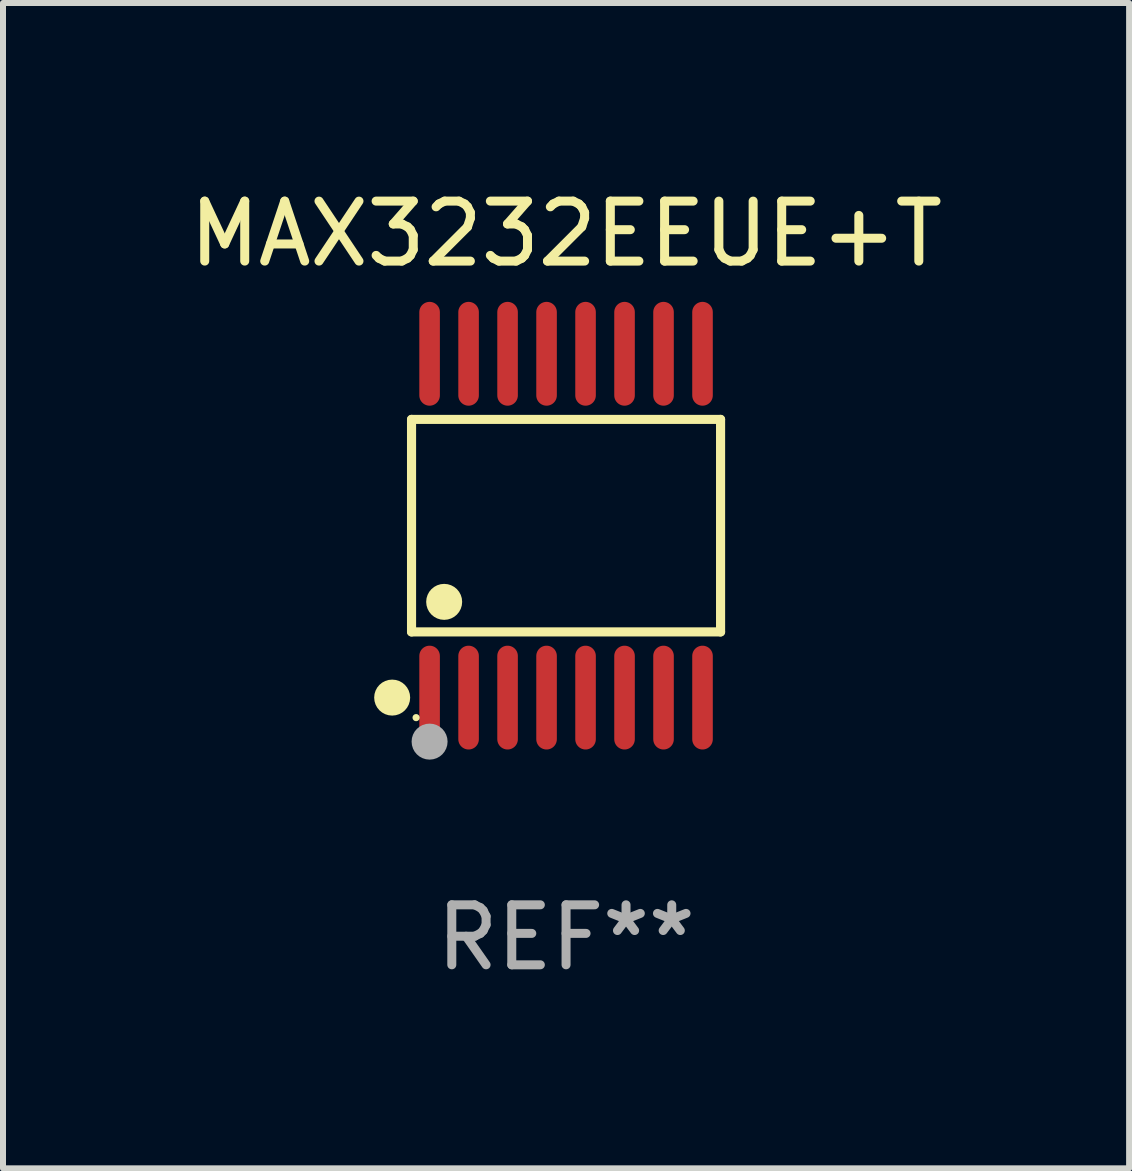
<source format=kicad_pcb>
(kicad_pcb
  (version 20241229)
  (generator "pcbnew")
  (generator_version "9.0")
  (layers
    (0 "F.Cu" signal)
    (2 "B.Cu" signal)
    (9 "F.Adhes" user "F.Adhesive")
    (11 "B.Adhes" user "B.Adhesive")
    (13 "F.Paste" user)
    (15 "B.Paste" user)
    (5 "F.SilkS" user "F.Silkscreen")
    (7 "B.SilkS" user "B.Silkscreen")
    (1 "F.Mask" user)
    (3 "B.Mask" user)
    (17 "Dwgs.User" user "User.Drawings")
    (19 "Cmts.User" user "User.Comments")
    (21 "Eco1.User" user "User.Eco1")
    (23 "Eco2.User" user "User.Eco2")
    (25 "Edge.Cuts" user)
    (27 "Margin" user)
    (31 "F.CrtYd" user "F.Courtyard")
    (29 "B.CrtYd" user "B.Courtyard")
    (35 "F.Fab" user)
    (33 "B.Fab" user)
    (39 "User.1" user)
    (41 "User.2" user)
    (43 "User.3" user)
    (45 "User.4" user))
  (footprint "MAX3232EEUE+T"
    (layer "F.Cu")
    (at 6.387 5.714)
    (property "Reference" "MAX3232EEUE+T" (at 0 -4.866 0) (layer "F.SilkS") (effects (font (size 1 1) (thickness 0.15))))
    (attr through_hole)
    (fp_line (start -2.576 -1.772) (end 2.576 -1.772) (stroke (width 0.152) (type solid)) (layer "F.SilkS"))
    (fp_line (start -2.576 1.771) (end -2.576 -1.772) (stroke (width 0.152) (type solid)) (layer "F.SilkS"))
    (fp_line (start 2.576 -1.772) (end 2.576 1.771) (stroke (width 0.152) (type solid)) (layer "F.SilkS"))
    (fp_line (start 2.576 1.771) (end -2.576 1.771) (stroke (width 0.152) (type solid)) (layer "F.SilkS"))
    (fp_circle (center -2.899 2.866) (end -2.749 2.866) (stroke (width 0.3) (type solid)) (fill no) (layer "F.SilkS"))
    (fp_circle (center -2.5 3.2) (end -2.47 3.2) (stroke (width 0.06) (type solid)) (fill no) (layer "F.SilkS"))
    (fp_circle (center -2.032 1.27) (end -1.882 1.27) (stroke (width 0.3) (type solid)) (fill no) (layer "F.SilkS"))
    (fp_circle (center -2.275 3.6) (end -2.125 3.6) (stroke (width 0.3) (type solid)) (fill no) (layer "F.Fab"))
    (fp_text user "REF**" (at 0 6.866 0) (layer "F.Fab") (effects (font (size 1 1) (thickness 0.15))))
    (pad "1" smd oval (at -2.275 2.866) (size 0.343 1.731) (layers "F.Cu" "F.Mask" "F.Paste"))
    (pad "2" smd oval (at -1.625 2.866) (size 0.343 1.731) (layers "F.Cu" "F.Mask" "F.Paste"))
    (pad "3" smd oval (at -0.975 2.866) (size 0.343 1.731) (layers "F.Cu" "F.Mask" "F.Paste"))
    (pad "4" smd oval (at -0.325 2.866) (size 0.343 1.731) (layers "F.Cu" "F.Mask" "F.Paste"))
    (pad "5" smd oval (at 0.325 2.866) (size 0.343 1.731) (layers "F.Cu" "F.Mask" "F.Paste"))
    (pad "6" smd oval (at 0.975 2.866) (size 0.343 1.731) (layers "F.Cu" "F.Mask" "F.Paste"))
    (pad "7" smd oval (at 1.625 2.866) (size 0.343 1.731) (layers "F.Cu" "F.Mask" "F.Paste"))
    (pad "8" smd oval (at 2.275 2.866) (size 0.343 1.731) (layers "F.Cu" "F.Mask" "F.Paste"))
    (pad "9" smd oval (at 2.275 -2.866) (size 0.343 1.731) (layers "F.Cu" "F.Mask" "F.Paste"))
    (pad "10" smd oval (at 1.625 -2.866) (size 0.343 1.731) (layers "F.Cu" "F.Mask" "F.Paste"))
    (pad "11" smd oval (at 0.975 -2.866) (size 0.343 1.731) (layers "F.Cu" "F.Mask" "F.Paste"))
    (pad "12" smd oval (at 0.325 -2.866) (size 0.343 1.731) (layers "F.Cu" "F.Mask" "F.Paste"))
    (pad "13" smd oval (at -0.325 -2.866) (size 0.343 1.731) (layers "F.Cu" "F.Mask" "F.Paste"))
    (pad "14" smd oval (at -0.975 -2.866) (size 0.343 1.731) (layers "F.Cu" "F.Mask" "F.Paste"))
    (pad "15" smd oval (at -1.625 -2.866) (size 0.343 1.731) (layers "F.Cu" "F.Mask" "F.Paste"))
    (pad "16" smd oval (at -2.275 -2.866) (size 0.343 1.731) (layers "F.Cu" "F.Mask" "F.Paste")))
  (gr_rect
    (start -3 -3)
    (end 15.774 16.428)
    (stroke (width 0.1) (type default))
    (fill no)
    (layer "Edge.Cuts")))
</source>
